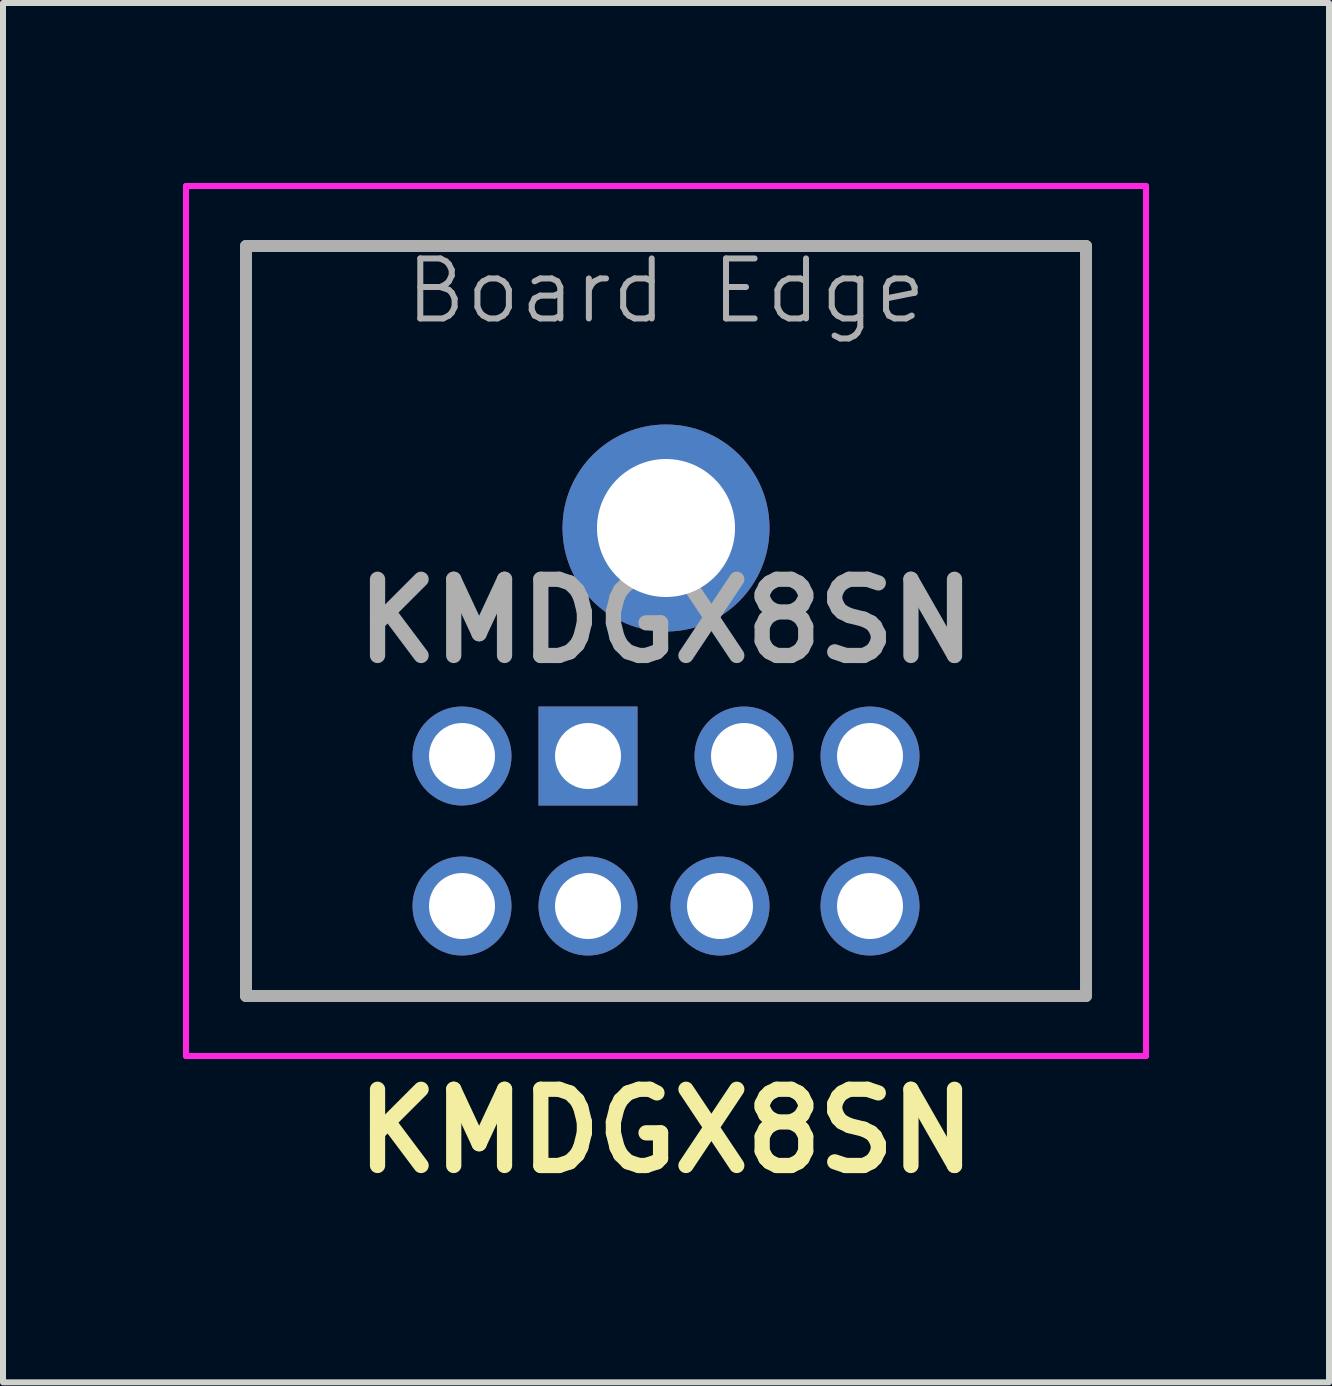
<source format=kicad_pcb>
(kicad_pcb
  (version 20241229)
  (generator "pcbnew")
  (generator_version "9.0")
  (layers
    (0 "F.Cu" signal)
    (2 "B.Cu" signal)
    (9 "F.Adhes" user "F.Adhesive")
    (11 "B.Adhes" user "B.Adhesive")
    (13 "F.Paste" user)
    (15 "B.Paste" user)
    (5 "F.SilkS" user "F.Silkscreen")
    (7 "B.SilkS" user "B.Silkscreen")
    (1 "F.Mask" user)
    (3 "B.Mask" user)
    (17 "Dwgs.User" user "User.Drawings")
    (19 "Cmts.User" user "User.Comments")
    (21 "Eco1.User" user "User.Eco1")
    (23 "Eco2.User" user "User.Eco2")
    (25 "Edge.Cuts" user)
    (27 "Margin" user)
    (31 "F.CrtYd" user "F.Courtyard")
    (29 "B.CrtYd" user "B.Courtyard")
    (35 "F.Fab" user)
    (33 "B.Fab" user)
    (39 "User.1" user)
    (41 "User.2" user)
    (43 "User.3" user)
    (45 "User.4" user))
  (footprint "KMDGX8SN"
    (layer "F.Cu")
    (at 8.05 7.65)
    (property "Reference" "KMDGX8SN" (at 0 8.15 180) (layer "F.SilkS") (effects (font (size 1.27 1.27) (thickness 0.254))))
    (attr through_hole)
    (fp_line (start -7 -6.6) (end -7 5.9) (stroke (width 0.1) (type solid)) (layer "F.SilkS"))
    (fp_line (start -7 5.9) (end 7 5.9) (stroke (width 0.1) (type solid)) (layer "F.SilkS"))
    (fp_line (start 7 -6.6) (end -7 -6.6) (stroke (width 0.1) (type solid)) (layer "F.SilkS"))
    (fp_line (start 7 5.9) (end 7 -6.6) (stroke (width 0.1) (type solid)) (layer "F.SilkS"))
    (fp_line (start -8 -7.6) (end -8 6.9) (stroke (width 0.1) (type solid)) (layer "F.CrtYd"))
    (fp_line (start -8 6.9) (end 8 6.9) (stroke (width 0.1) (type solid)) (layer "F.CrtYd"))
    (fp_line (start 8 -7.6) (end -8 -7.6) (stroke (width 0.1) (type solid)) (layer "F.CrtYd"))
    (fp_line (start 8 6.9) (end 8 -7.6) (stroke (width 0.1) (type solid)) (layer "F.CrtYd"))
    (fp_line (start -7 -6.6) (end 7 -6.6) (stroke (width 0.2) (type solid)) (layer "F.Fab"))
    (fp_line (start -7 5.9) (end -7 -6.6) (stroke (width 0.2) (type solid)) (layer "F.Fab"))
    (fp_line (start 7 -6.6) (end 7 5.9) (stroke (width 0.2) (type solid)) (layer "F.Fab"))
    (fp_line (start 7 5.9) (end -7 5.9) (stroke (width 0.2) (type solid)) (layer "F.Fab"))
    (fp_text user "${REFERENCE}" (at 0 -0.35 180) (layer "F.Fab") (effects (font (size 1.27 1.27) (thickness 0.254))))
    (fp_text user "Board Edge" (at 0 -5.85 0) (unlocked yes) (layer "F.Fab") (effects (font (size 1 1) (thickness 0.1))))
    (pad "1" thru_hole rect (at -1.3 1.9 180) (size 1.65 1.65) (drill 1.1) (layers "*.Cu" "*.Mask"))
    (pad "2" thru_hole circle (at 1.3 1.9 180) (size 1.65 1.65) (drill 1.1) (layers "*.Cu" "*.Mask"))
    (pad "3" thru_hole circle (at -3.4 1.9 180) (size 1.65 1.65) (drill 1.1) (layers "*.Cu" "*.Mask"))
    (pad "4" thru_hole circle (at -1.3 4.4 180) (size 1.65 1.65) (drill 1.1) (layers "*.Cu" "*.Mask"))
    (pad "5" thru_hole circle (at 3.4 1.9 180) (size 1.65 1.65) (drill 1.1) (layers "*.Cu" "*.Mask"))
    (pad "6" thru_hole circle (at -3.4 4.4 180) (size 1.65 1.65) (drill 1.1) (layers "*.Cu" "*.Mask"))
    (pad "7" thru_hole circle (at 0.9 4.4 180) (size 1.65 1.65) (drill 1.1) (layers "*.Cu" "*.Mask"))
    (pad "8" thru_hole circle (at 3.4 4.4 180) (size 1.65 1.65) (drill 1.1) (layers "*.Cu" "*.Mask"))
    (pad "MH" thru_hole circle (at 0 -1.9 180) (size 3.45 3.45) (drill 2.3) (layers "*.Cu" "*.Mask")))
  (gr_rect
    (start -3 -3)
    (end 19.1 19.989)
    (stroke (width 0.1) (type default))
    (fill no)
    (layer "Edge.Cuts")))
</source>
